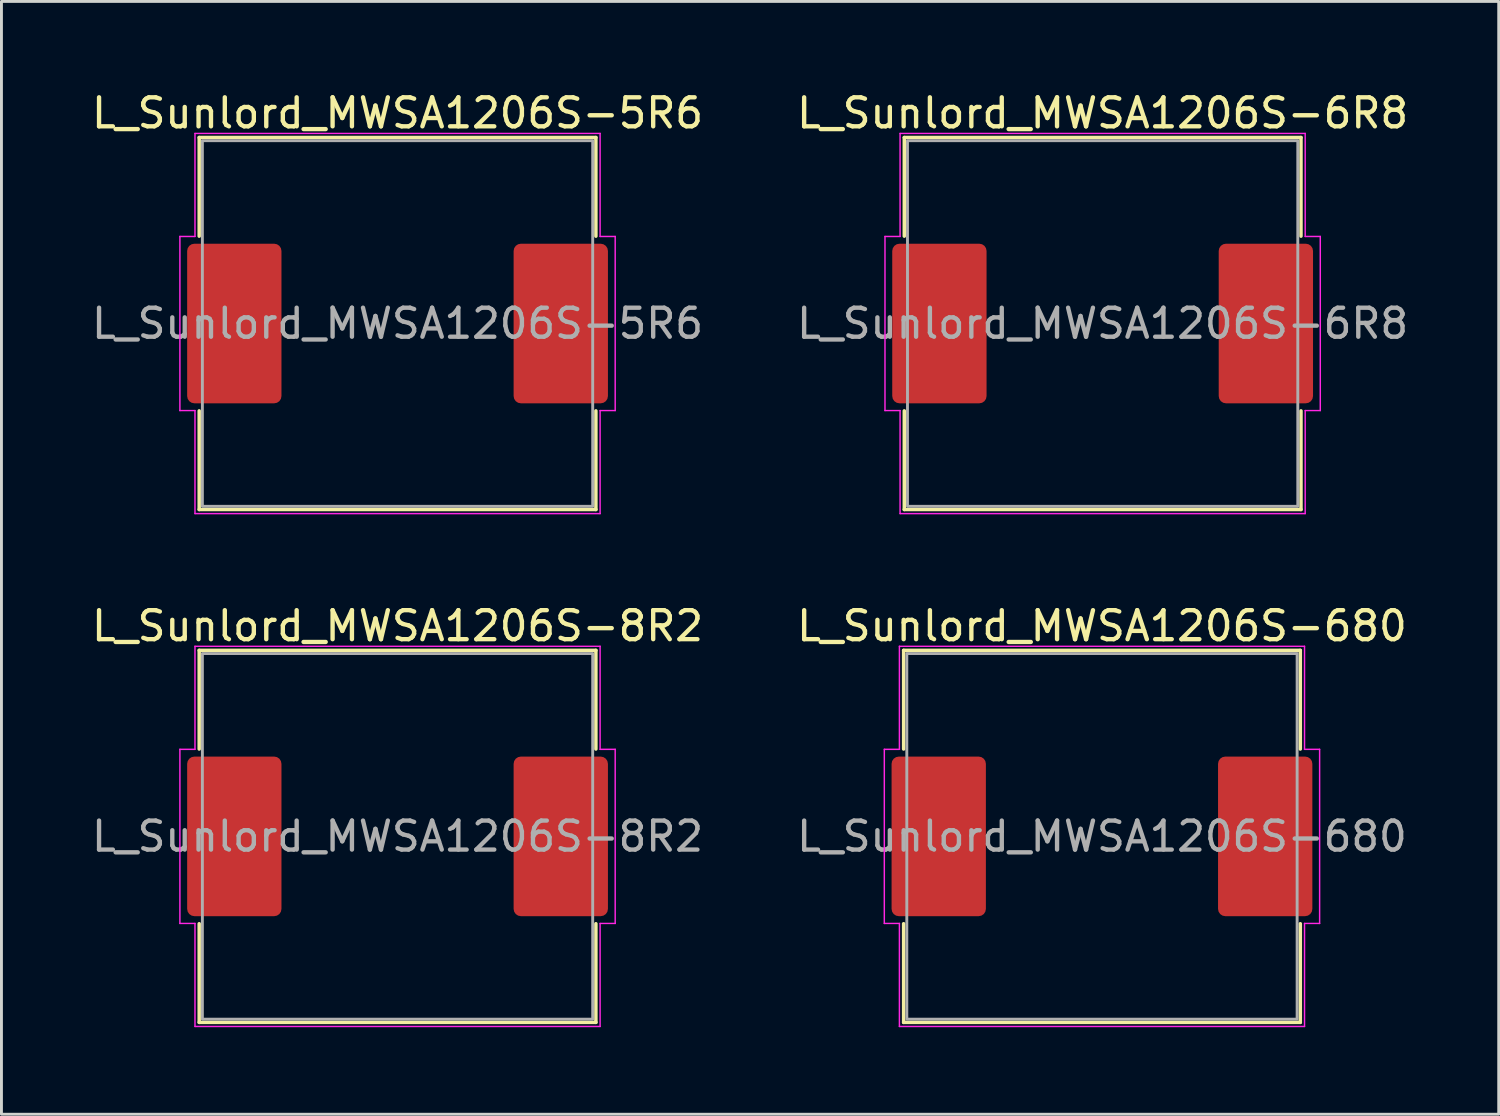
<source format=kicad_pcb>
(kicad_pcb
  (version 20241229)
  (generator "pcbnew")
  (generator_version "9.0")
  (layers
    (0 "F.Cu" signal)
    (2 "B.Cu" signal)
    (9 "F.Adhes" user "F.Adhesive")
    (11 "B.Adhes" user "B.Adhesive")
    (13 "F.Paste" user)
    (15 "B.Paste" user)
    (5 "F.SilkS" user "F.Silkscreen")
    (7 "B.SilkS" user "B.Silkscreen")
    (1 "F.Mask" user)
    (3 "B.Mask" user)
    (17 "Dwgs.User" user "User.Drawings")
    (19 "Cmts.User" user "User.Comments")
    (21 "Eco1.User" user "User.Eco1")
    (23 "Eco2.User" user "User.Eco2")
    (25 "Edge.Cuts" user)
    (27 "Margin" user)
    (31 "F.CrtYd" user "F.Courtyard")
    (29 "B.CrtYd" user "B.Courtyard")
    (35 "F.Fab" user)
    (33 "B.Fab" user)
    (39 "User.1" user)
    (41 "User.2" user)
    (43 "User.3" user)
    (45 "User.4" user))
  (footprint "L_Sunlord_MWSA1206S-6R8"
    (layer "F.Cu")
    (at 34.946 8.098)
    (property "Reference" "L_Sunlord_MWSA1206S-6R8" (at 0 -7.25 0) (layer "F.SilkS") (effects (font (size 1 1) (thickness 0.15))))
    (attr smd)
    (fp_line (start -6.835 -6.41) (end 6.835 -6.41) (stroke (width 0.12) (type solid)) (layer "F.SilkS"))
    (fp_line (start -6.835 -3.01) (end -6.835 -6.41) (stroke (width 0.12) (type solid)) (layer "F.SilkS"))
    (fp_line (start -6.835 6.41) (end -6.835 3.01) (stroke (width 0.12) (type solid)) (layer "F.SilkS"))
    (fp_line (start 6.835 -6.41) (end 6.835 -3.01) (stroke (width 0.12) (type solid)) (layer "F.SilkS"))
    (fp_line (start 6.835 3.01) (end 6.835 6.41) (stroke (width 0.12) (type solid)) (layer "F.SilkS"))
    (fp_line (start 6.835 6.41) (end -6.835 6.41) (stroke (width 0.12) (type solid)) (layer "F.SilkS"))
    (fp_line (start -7.5 -3) (end -6.98 -3) (stroke (width 0.05) (type solid)) (layer "F.CrtYd"))
    (fp_line (start -7.5 3) (end -7.5 -3) (stroke (width 0.05) (type solid)) (layer "F.CrtYd"))
    (fp_line (start -6.98 -6.55) (end 6.98 -6.55) (stroke (width 0.05) (type solid)) (layer "F.CrtYd"))
    (fp_line (start -6.98 -3) (end -6.98 -6.55) (stroke (width 0.05) (type solid)) (layer "F.CrtYd"))
    (fp_line (start -6.98 3) (end -7.5 3) (stroke (width 0.05) (type solid)) (layer "F.CrtYd"))
    (fp_line (start -6.98 6.55) (end -6.98 3) (stroke (width 0.05) (type solid)) (layer "F.CrtYd"))
    (fp_line (start 6.98 -6.55) (end 6.98 -3) (stroke (width 0.05) (type solid)) (layer "F.CrtYd"))
    (fp_line (start 6.98 -3) (end 7.5 -3) (stroke (width 0.05) (type solid)) (layer "F.CrtYd"))
    (fp_line (start 6.98 3) (end 6.98 6.55) (stroke (width 0.05) (type solid)) (layer "F.CrtYd"))
    (fp_line (start 6.98 6.55) (end -6.98 6.55) (stroke (width 0.05) (type solid)) (layer "F.CrtYd"))
    (fp_line (start 7.5 -3) (end 7.5 3) (stroke (width 0.05) (type solid)) (layer "F.CrtYd"))
    (fp_line (start 7.5 3) (end 6.98 3) (stroke (width 0.05) (type solid)) (layer "F.CrtYd"))
    (fp_rect (start -6.725 -6.3) (end 6.725 6.3) (stroke (width 0.1) (type solid)) (fill no) (layer "F.Fab"))
    (fp_text user "${REFERENCE}" (at 0 0 0) (layer "F.Fab") (effects (font (size 1 1) (thickness 0.15))))
    (pad "1" smd roundrect (at -5.625 0) (size 3.25 5.5) (layers "F.Cu" "F.Mask" "F.Paste") (roundrect_rratio 0.077))
    (pad "2" smd roundrect (at 5.625 0) (size 3.25 5.5) (layers "F.Cu" "F.Mask" "F.Paste") (roundrect_rratio 0.077)))
  (footprint "L_Sunlord_MWSA1206S-5R6"
    (layer "F.Cu")
    (at 10.649 8.098)
    (property "Reference" "L_Sunlord_MWSA1206S-5R6" (at 0 -7.25 0) (layer "F.SilkS") (effects (font (size 1 1) (thickness 0.15))))
    (attr smd)
    (fp_line (start -6.835 -6.41) (end 6.835 -6.41) (stroke (width 0.12) (type solid)) (layer "F.SilkS"))
    (fp_line (start -6.835 -3.01) (end -6.835 -6.41) (stroke (width 0.12) (type solid)) (layer "F.SilkS"))
    (fp_line (start -6.835 6.41) (end -6.835 3.01) (stroke (width 0.12) (type solid)) (layer "F.SilkS"))
    (fp_line (start 6.835 -6.41) (end 6.835 -3.01) (stroke (width 0.12) (type solid)) (layer "F.SilkS"))
    (fp_line (start 6.835 3.01) (end 6.835 6.41) (stroke (width 0.12) (type solid)) (layer "F.SilkS"))
    (fp_line (start 6.835 6.41) (end -6.835 6.41) (stroke (width 0.12) (type solid)) (layer "F.SilkS"))
    (fp_line (start -7.5 -3) (end -6.98 -3) (stroke (width 0.05) (type solid)) (layer "F.CrtYd"))
    (fp_line (start -7.5 3) (end -7.5 -3) (stroke (width 0.05) (type solid)) (layer "F.CrtYd"))
    (fp_line (start -6.98 -6.55) (end 6.98 -6.55) (stroke (width 0.05) (type solid)) (layer "F.CrtYd"))
    (fp_line (start -6.98 -3) (end -6.98 -6.55) (stroke (width 0.05) (type solid)) (layer "F.CrtYd"))
    (fp_line (start -6.98 3) (end -7.5 3) (stroke (width 0.05) (type solid)) (layer "F.CrtYd"))
    (fp_line (start -6.98 6.55) (end -6.98 3) (stroke (width 0.05) (type solid)) (layer "F.CrtYd"))
    (fp_line (start 6.98 -6.55) (end 6.98 -3) (stroke (width 0.05) (type solid)) (layer "F.CrtYd"))
    (fp_line (start 6.98 -3) (end 7.5 -3) (stroke (width 0.05) (type solid)) (layer "F.CrtYd"))
    (fp_line (start 6.98 3) (end 6.98 6.55) (stroke (width 0.05) (type solid)) (layer "F.CrtYd"))
    (fp_line (start 6.98 6.55) (end -6.98 6.55) (stroke (width 0.05) (type solid)) (layer "F.CrtYd"))
    (fp_line (start 7.5 -3) (end 7.5 3) (stroke (width 0.05) (type solid)) (layer "F.CrtYd"))
    (fp_line (start 7.5 3) (end 6.98 3) (stroke (width 0.05) (type solid)) (layer "F.CrtYd"))
    (fp_rect (start -6.725 -6.3) (end 6.725 6.3) (stroke (width 0.1) (type solid)) (fill no) (layer "F.Fab"))
    (fp_text user "${REFERENCE}" (at 0 0 0) (layer "F.Fab") (effects (font (size 1 1) (thickness 0.15))))
    (pad "1" smd roundrect (at -5.625 0) (size 3.25 5.5) (layers "F.Cu" "F.Mask" "F.Paste") (roundrect_rratio 0.077))
    (pad "2" smd roundrect (at 5.625 0) (size 3.25 5.5) (layers "F.Cu" "F.Mask" "F.Paste") (roundrect_rratio 0.077)))
  (footprint "L_Sunlord_MWSA1206S-680"
    (layer "F.Cu")
    (at 34.923 25.771)
    (property "Reference" "L_Sunlord_MWSA1206S-680" (at 0 -7.25 0) (layer "F.SilkS") (effects (font (size 1 1) (thickness 0.15))))
    (attr smd)
    (fp_line (start -6.835 -6.41) (end 6.835 -6.41) (stroke (width 0.12) (type solid)) (layer "F.SilkS"))
    (fp_line (start -6.835 -3.01) (end -6.835 -6.41) (stroke (width 0.12) (type solid)) (layer "F.SilkS"))
    (fp_line (start -6.835 6.41) (end -6.835 3.01) (stroke (width 0.12) (type solid)) (layer "F.SilkS"))
    (fp_line (start 6.835 -6.41) (end 6.835 -3.01) (stroke (width 0.12) (type solid)) (layer "F.SilkS"))
    (fp_line (start 6.835 3.01) (end 6.835 6.41) (stroke (width 0.12) (type solid)) (layer "F.SilkS"))
    (fp_line (start 6.835 6.41) (end -6.835 6.41) (stroke (width 0.12) (type solid)) (layer "F.SilkS"))
    (fp_line (start -7.5 -3) (end -6.98 -3) (stroke (width 0.05) (type solid)) (layer "F.CrtYd"))
    (fp_line (start -7.5 3) (end -7.5 -3) (stroke (width 0.05) (type solid)) (layer "F.CrtYd"))
    (fp_line (start -6.98 -6.55) (end 6.98 -6.55) (stroke (width 0.05) (type solid)) (layer "F.CrtYd"))
    (fp_line (start -6.98 -3) (end -6.98 -6.55) (stroke (width 0.05) (type solid)) (layer "F.CrtYd"))
    (fp_line (start -6.98 3) (end -7.5 3) (stroke (width 0.05) (type solid)) (layer "F.CrtYd"))
    (fp_line (start -6.98 6.55) (end -6.98 3) (stroke (width 0.05) (type solid)) (layer "F.CrtYd"))
    (fp_line (start 6.98 -6.55) (end 6.98 -3) (stroke (width 0.05) (type solid)) (layer "F.CrtYd"))
    (fp_line (start 6.98 -3) (end 7.5 -3) (stroke (width 0.05) (type solid)) (layer "F.CrtYd"))
    (fp_line (start 6.98 3) (end 6.98 6.55) (stroke (width 0.05) (type solid)) (layer "F.CrtYd"))
    (fp_line (start 6.98 6.55) (end -6.98 6.55) (stroke (width 0.05) (type solid)) (layer "F.CrtYd"))
    (fp_line (start 7.5 -3) (end 7.5 3) (stroke (width 0.05) (type solid)) (layer "F.CrtYd"))
    (fp_line (start 7.5 3) (end 6.98 3) (stroke (width 0.05) (type solid)) (layer "F.CrtYd"))
    (fp_rect (start -6.725 -6.3) (end 6.725 6.3) (stroke (width 0.1) (type solid)) (fill no) (layer "F.Fab"))
    (fp_text user "${REFERENCE}" (at 0 0 0) (layer "F.Fab") (effects (font (size 1 1) (thickness 0.15))))
    (pad "1" smd roundrect (at -5.625 0) (size 3.25 5.5) (layers "F.Cu" "F.Mask" "F.Paste") (roundrect_rratio 0.077))
    (pad "2" smd roundrect (at 5.625 0) (size 3.25 5.5) (layers "F.Cu" "F.Mask" "F.Paste") (roundrect_rratio 0.077)))
  (footprint "L_Sunlord_MWSA1206S-8R2"
    (layer "F.Cu")
    (at 10.649 25.771)
    (property "Reference" "L_Sunlord_MWSA1206S-8R2" (at 0 -7.25 0) (layer "F.SilkS") (effects (font (size 1 1) (thickness 0.15))))
    (attr smd)
    (fp_line (start -6.835 -6.41) (end 6.835 -6.41) (stroke (width 0.12) (type solid)) (layer "F.SilkS"))
    (fp_line (start -6.835 -3.01) (end -6.835 -6.41) (stroke (width 0.12) (type solid)) (layer "F.SilkS"))
    (fp_line (start -6.835 6.41) (end -6.835 3.01) (stroke (width 0.12) (type solid)) (layer "F.SilkS"))
    (fp_line (start 6.835 -6.41) (end 6.835 -3.01) (stroke (width 0.12) (type solid)) (layer "F.SilkS"))
    (fp_line (start 6.835 3.01) (end 6.835 6.41) (stroke (width 0.12) (type solid)) (layer "F.SilkS"))
    (fp_line (start 6.835 6.41) (end -6.835 6.41) (stroke (width 0.12) (type solid)) (layer "F.SilkS"))
    (fp_line (start -7.5 -3) (end -6.98 -3) (stroke (width 0.05) (type solid)) (layer "F.CrtYd"))
    (fp_line (start -7.5 3) (end -7.5 -3) (stroke (width 0.05) (type solid)) (layer "F.CrtYd"))
    (fp_line (start -6.98 -6.55) (end 6.98 -6.55) (stroke (width 0.05) (type solid)) (layer "F.CrtYd"))
    (fp_line (start -6.98 -3) (end -6.98 -6.55) (stroke (width 0.05) (type solid)) (layer "F.CrtYd"))
    (fp_line (start -6.98 3) (end -7.5 3) (stroke (width 0.05) (type solid)) (layer "F.CrtYd"))
    (fp_line (start -6.98 6.55) (end -6.98 3) (stroke (width 0.05) (type solid)) (layer "F.CrtYd"))
    (fp_line (start 6.98 -6.55) (end 6.98 -3) (stroke (width 0.05) (type solid)) (layer "F.CrtYd"))
    (fp_line (start 6.98 -3) (end 7.5 -3) (stroke (width 0.05) (type solid)) (layer "F.CrtYd"))
    (fp_line (start 6.98 3) (end 6.98 6.55) (stroke (width 0.05) (type solid)) (layer "F.CrtYd"))
    (fp_line (start 6.98 6.55) (end -6.98 6.55) (stroke (width 0.05) (type solid)) (layer "F.CrtYd"))
    (fp_line (start 7.5 -3) (end 7.5 3) (stroke (width 0.05) (type solid)) (layer "F.CrtYd"))
    (fp_line (start 7.5 3) (end 6.98 3) (stroke (width 0.05) (type solid)) (layer "F.CrtYd"))
    (fp_rect (start -6.725 -6.3) (end 6.725 6.3) (stroke (width 0.1) (type solid)) (fill no) (layer "F.Fab"))
    (fp_text user "${REFERENCE}" (at 0 0 0) (layer "F.Fab") (effects (font (size 1 1) (thickness 0.15))))
    (pad "1" smd roundrect (at -5.625 0) (size 3.25 5.5) (layers "F.Cu" "F.Mask" "F.Paste") (roundrect_rratio 0.077))
    (pad "2" smd roundrect (at 5.625 0) (size 3.25 5.5) (layers "F.Cu" "F.Mask" "F.Paste") (roundrect_rratio 0.077)))
  (gr_rect
    (start -3 -3)
    (end 48.595 35.346)
    (stroke (width 0.1) (type default))
    (fill no)
    (layer "Edge.Cuts")))
</source>
